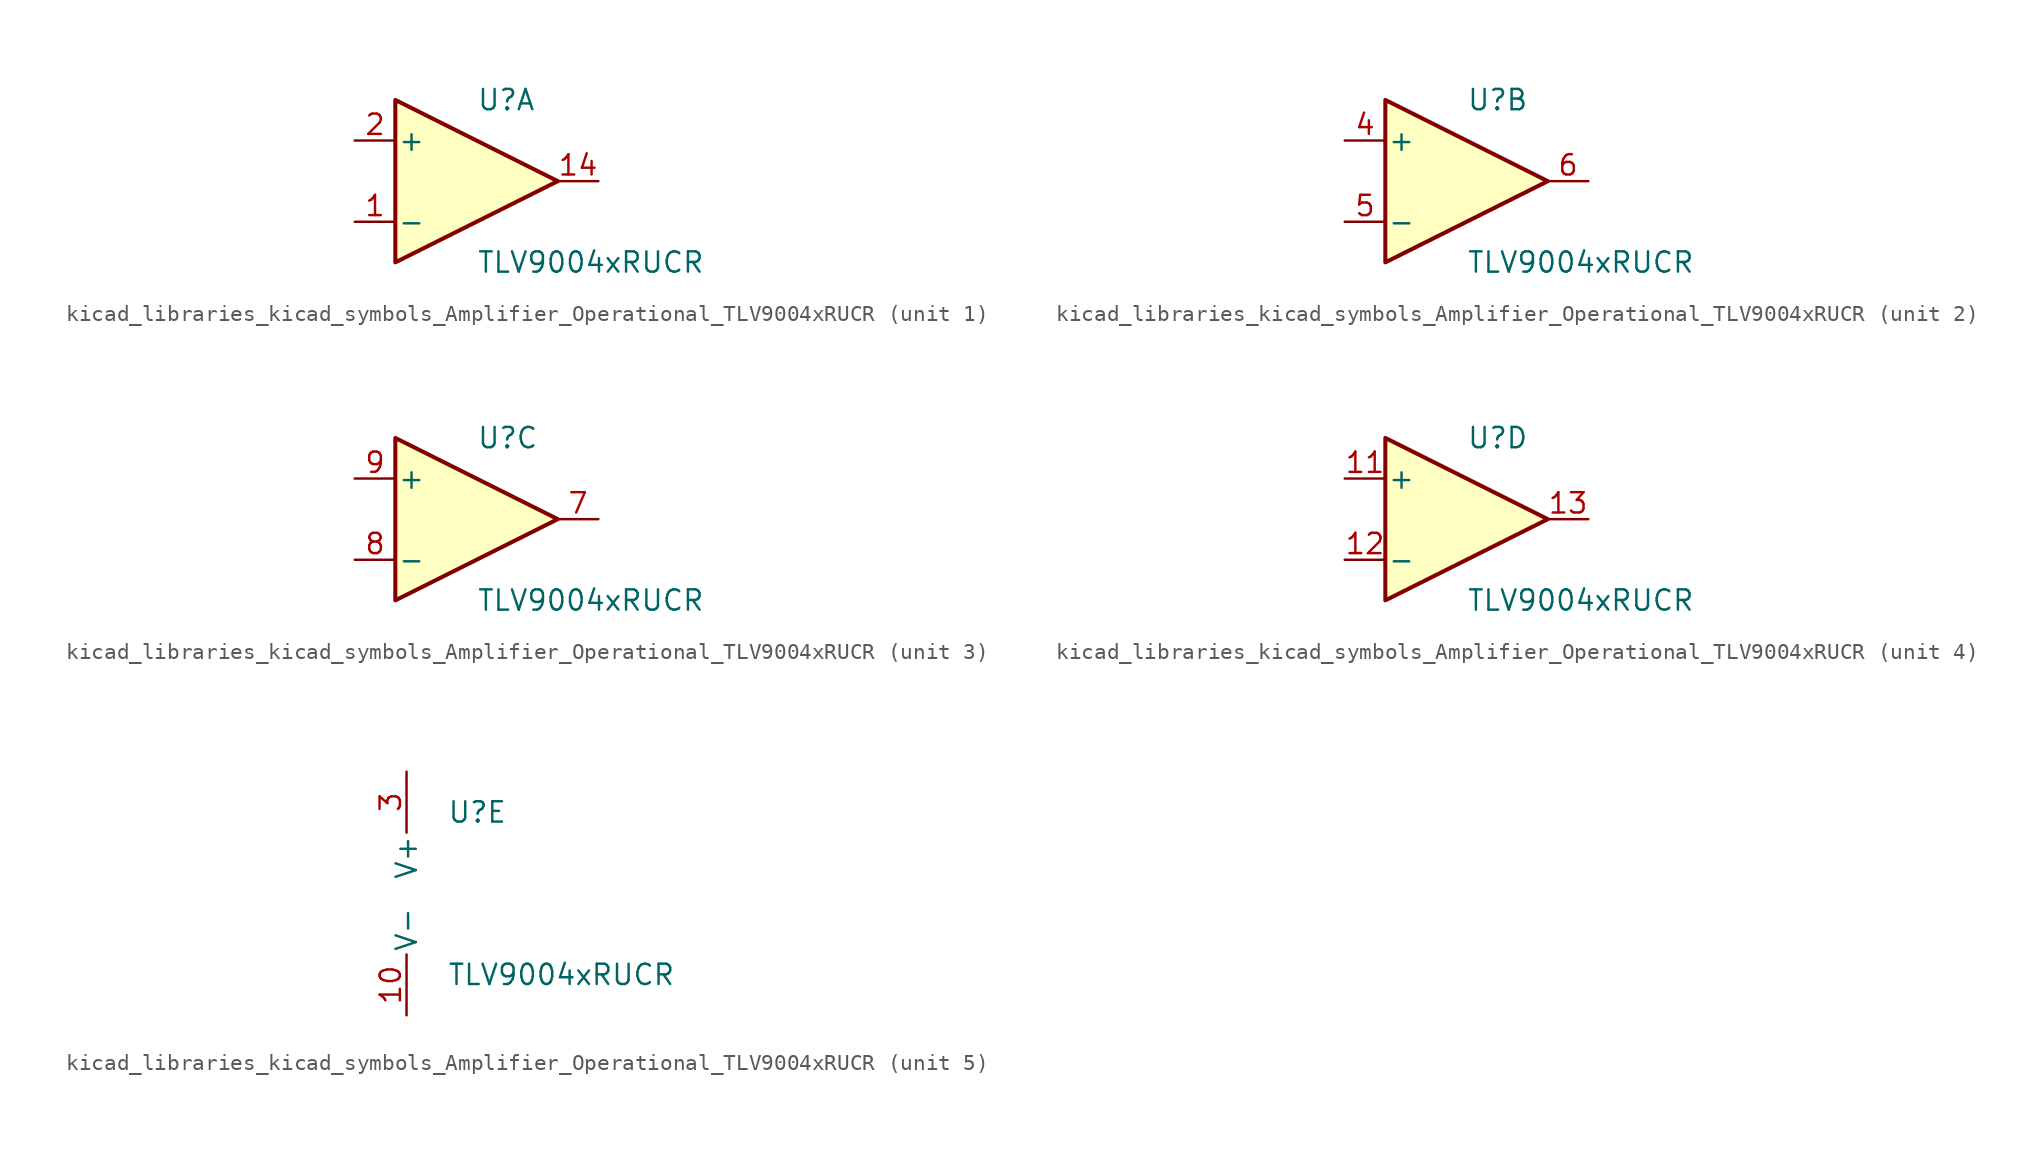
<source format=kicad_sym>
(kicad_symbol_lib
  (version 20220914)
  (generator kicad_symbol_editor)
  (symbol "kicad_libraries_kicad_symbols_Amplifier_Operational_TLV9004xRUCR"
    (pin_names
      (offset 0.127))
    (property "Reference" "U"
      (at 0 5.08 0)
      (effects (font (size 1.27 1.27)) (justify left)))
    (property "Value" "TLV9004xRUCR"
      (at 0 -5.08 0)
      (effects (font (size 1.27 1.27)) (justify left)))
    (property "ki_locked" ""
      (at 0 0 0)
      (effects (font (size 1.27 1.27))))
    (symbol "kicad_libraries_kicad_symbols_Amplifier_Operational_TLV9004xRUCR_1_1"
      (polyline (pts (xy -5.08 5.08) (xy 5.08 0) (xy -5.08 -5.08) (xy -5.08 5.08)) (stroke (width 0.254) (type default)) (fill (type background)))
      (pin input line (at -7.62 -2.54 0) (length 2.54) (name "-" (effects (font (size 1.27 1.27)))) (number "1" (effects (font (size 1.27 1.27)))))
      (pin output line (at 7.62 0 180) (length 2.54) (name "~" (effects (font (size 1.27 1.27)))) (number "14" (effects (font (size 1.27 1.27)))))
      (pin input line (at -7.62 2.54 0) (length 2.54) (name "+" (effects (font (size 1.27 1.27)))) (number "2" (effects (font (size 1.27 1.27))))))
    (symbol "kicad_libraries_kicad_symbols_Amplifier_Operational_TLV9004xRUCR_2_1"
      (polyline (pts (xy -5.08 5.08) (xy 5.08 0) (xy -5.08 -5.08) (xy -5.08 5.08)) (stroke (width 0.254) (type default)) (fill (type background)))
      (pin input line (at -7.62 2.54 0) (length 2.54) (name "+" (effects (font (size 1.27 1.27)))) (number "4" (effects (font (size 1.27 1.27)))))
      (pin input line (at -7.62 -2.54 0) (length 2.54) (name "-" (effects (font (size 1.27 1.27)))) (number "5" (effects (font (size 1.27 1.27)))))
      (pin output line (at 7.62 0 180) (length 2.54) (name "~" (effects (font (size 1.27 1.27)))) (number "6" (effects (font (size 1.27 1.27))))))
    (symbol "kicad_libraries_kicad_symbols_Amplifier_Operational_TLV9004xRUCR_3_1"
      (polyline (pts (xy -5.08 5.08) (xy 5.08 0) (xy -5.08 -5.08) (xy -5.08 5.08)) (stroke (width 0.254) (type default)) (fill (type background)))
      (pin output line (at 7.62 0 180) (length 2.54) (name "~" (effects (font (size 1.27 1.27)))) (number "7" (effects (font (size 1.27 1.27)))))
      (pin input line (at -7.62 -2.54 0) (length 2.54) (name "-" (effects (font (size 1.27 1.27)))) (number "8" (effects (font (size 1.27 1.27)))))
      (pin input line (at -7.62 2.54 0) (length 2.54) (name "+" (effects (font (size 1.27 1.27)))) (number "9" (effects (font (size 1.27 1.27))))))
    (symbol "kicad_libraries_kicad_symbols_Amplifier_Operational_TLV9004xRUCR_4_1"
      (polyline (pts (xy -5.08 5.08) (xy 5.08 0) (xy -5.08 -5.08) (xy -5.08 5.08)) (stroke (width 0.254) (type default)) (fill (type background)))
      (pin input line (at -7.62 2.54 0) (length 2.54) (name "+" (effects (font (size 1.27 1.27)))) (number "11" (effects (font (size 1.27 1.27)))))
      (pin input line (at -7.62 -2.54 0) (length 2.54) (name "-" (effects (font (size 1.27 1.27)))) (number "12" (effects (font (size 1.27 1.27)))))
      (pin output line (at 7.62 0 180) (length 2.54) (name "~" (effects (font (size 1.27 1.27)))) (number "13" (effects (font (size 1.27 1.27))))))
    (symbol "kicad_libraries_kicad_symbols_Amplifier_Operational_TLV9004xRUCR_5_1"
      (pin power_in line (at -2.54 -7.62 90) (length 3.81) (name "V-" (effects (font (size 1.27 1.27)))) (number "10" (effects (font (size 1.27 1.27)))))
      (pin power_in line (at -2.54 7.62 270) (length 3.81) (name "V+" (effects (font (size 1.27 1.27)))) (number "3" (effects (font (size 1.27 1.27))))))))
</source>
